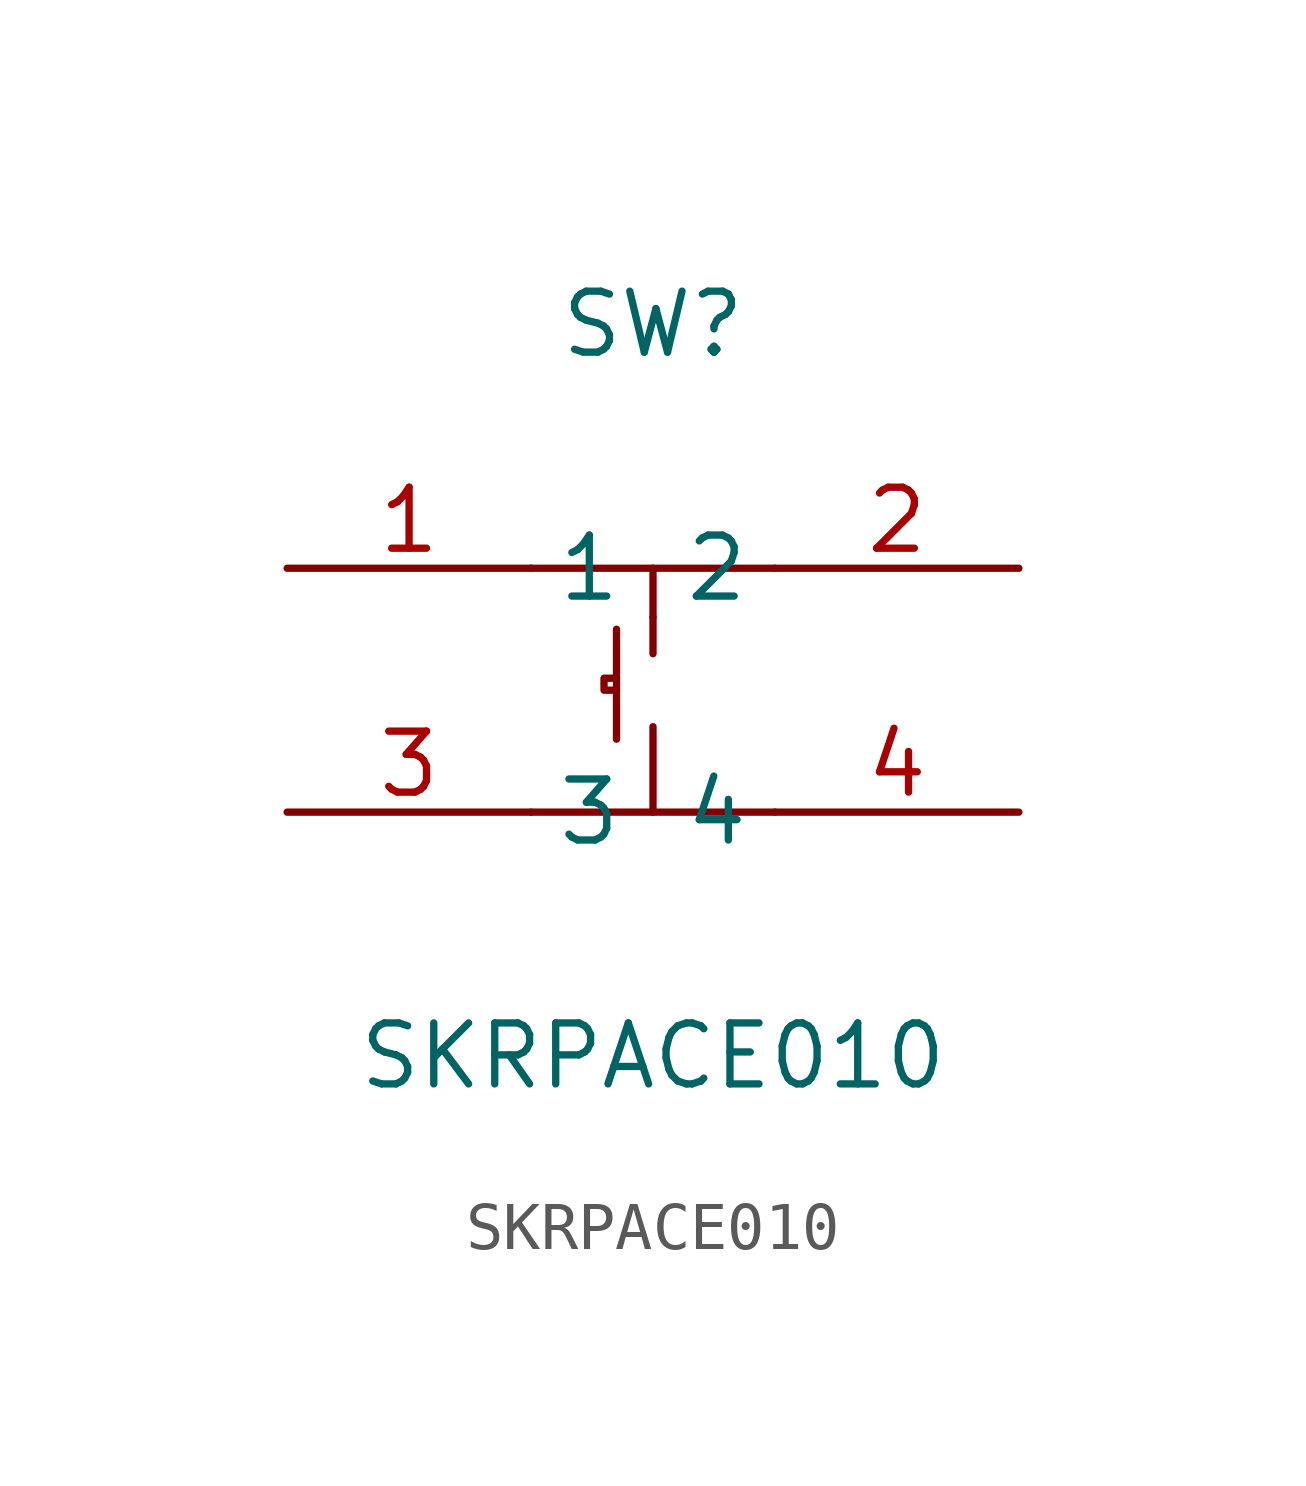
<source format=kicad_sym>
(kicad_symbol_lib
  (version 20211014)
  (generator https://github.com/uPesy/easyeda2kicad.py)
  (symbol "SKRPACE010"
    (property "Reference" "SW"
      (at 0 6.35 0)
      (effects (font (size 1.27 1.27))))
    (property "Value" "SKRPACE010"
      (at 0 -8.89 0)
      (effects (font (size 1.27 1.27))))
    (symbol "SKRPACE010_0_1"
      (polyline (pts (xy -2.54 1.27) (xy 2.54 1.27)) (stroke (width 0) (type default) (color 0 0 0 0)) (fill (type none)))
      (polyline (pts (xy -2.54 -3.81) (xy 2.54 -3.81)) (stroke (width 0) (type default) (color 0 0 0 0)) (fill (type none)))
      (polyline (pts (xy 0.00 1.27) (xy 0.00 0.25)) (stroke (width 0) (type default) (color 0 0 0 0)) (fill (type none)))
      (polyline (pts (xy 0.00 -3.81) (xy 0.00 -2.03)) (stroke (width 0) (type default) (color 0 0 0 0)) (fill (type none)))
      (polyline (pts (xy 0.00 0.25) (xy 0.00 -0.51)) (stroke (width 0) (type default) (color 0 0 0 0)) (fill (type none)))
      (polyline (pts (xy -0.76 -0.00) (xy -0.76 -2.29)) (stroke (width 0) (type default) (color 0 0 0 0)) (fill (type none)))
      (polyline (pts (xy -0.76 -1.02) (xy -1.02 -1.02) (xy -1.02 -1.27) (xy -0.76 -1.27)) (stroke (width 0) (type default) (color 0 0 0 0)) (fill (type none)))
      (pin unspecified line (at -7.62 1.27 0) (length 5.08) (name "1" (effects (font (size 1.27 1.27)))) (number "1" (effects (font (size 1.27 1.27)))))
      (pin unspecified line (at 7.62 1.27 180) (length 5.08) (name "2" (effects (font (size 1.27 1.27)))) (number "2" (effects (font (size 1.27 1.27)))))
      (pin unspecified line (at -7.62 -3.81 0) (length 5.08) (name "3" (effects (font (size 1.27 1.27)))) (number "3" (effects (font (size 1.27 1.27)))))
      (pin unspecified line (at 7.62 -3.81 180) (length 5.08) (name "4" (effects (font (size 1.27 1.27)))) (number "4" (effects (font (size 1.27 1.27))))))))
</source>
